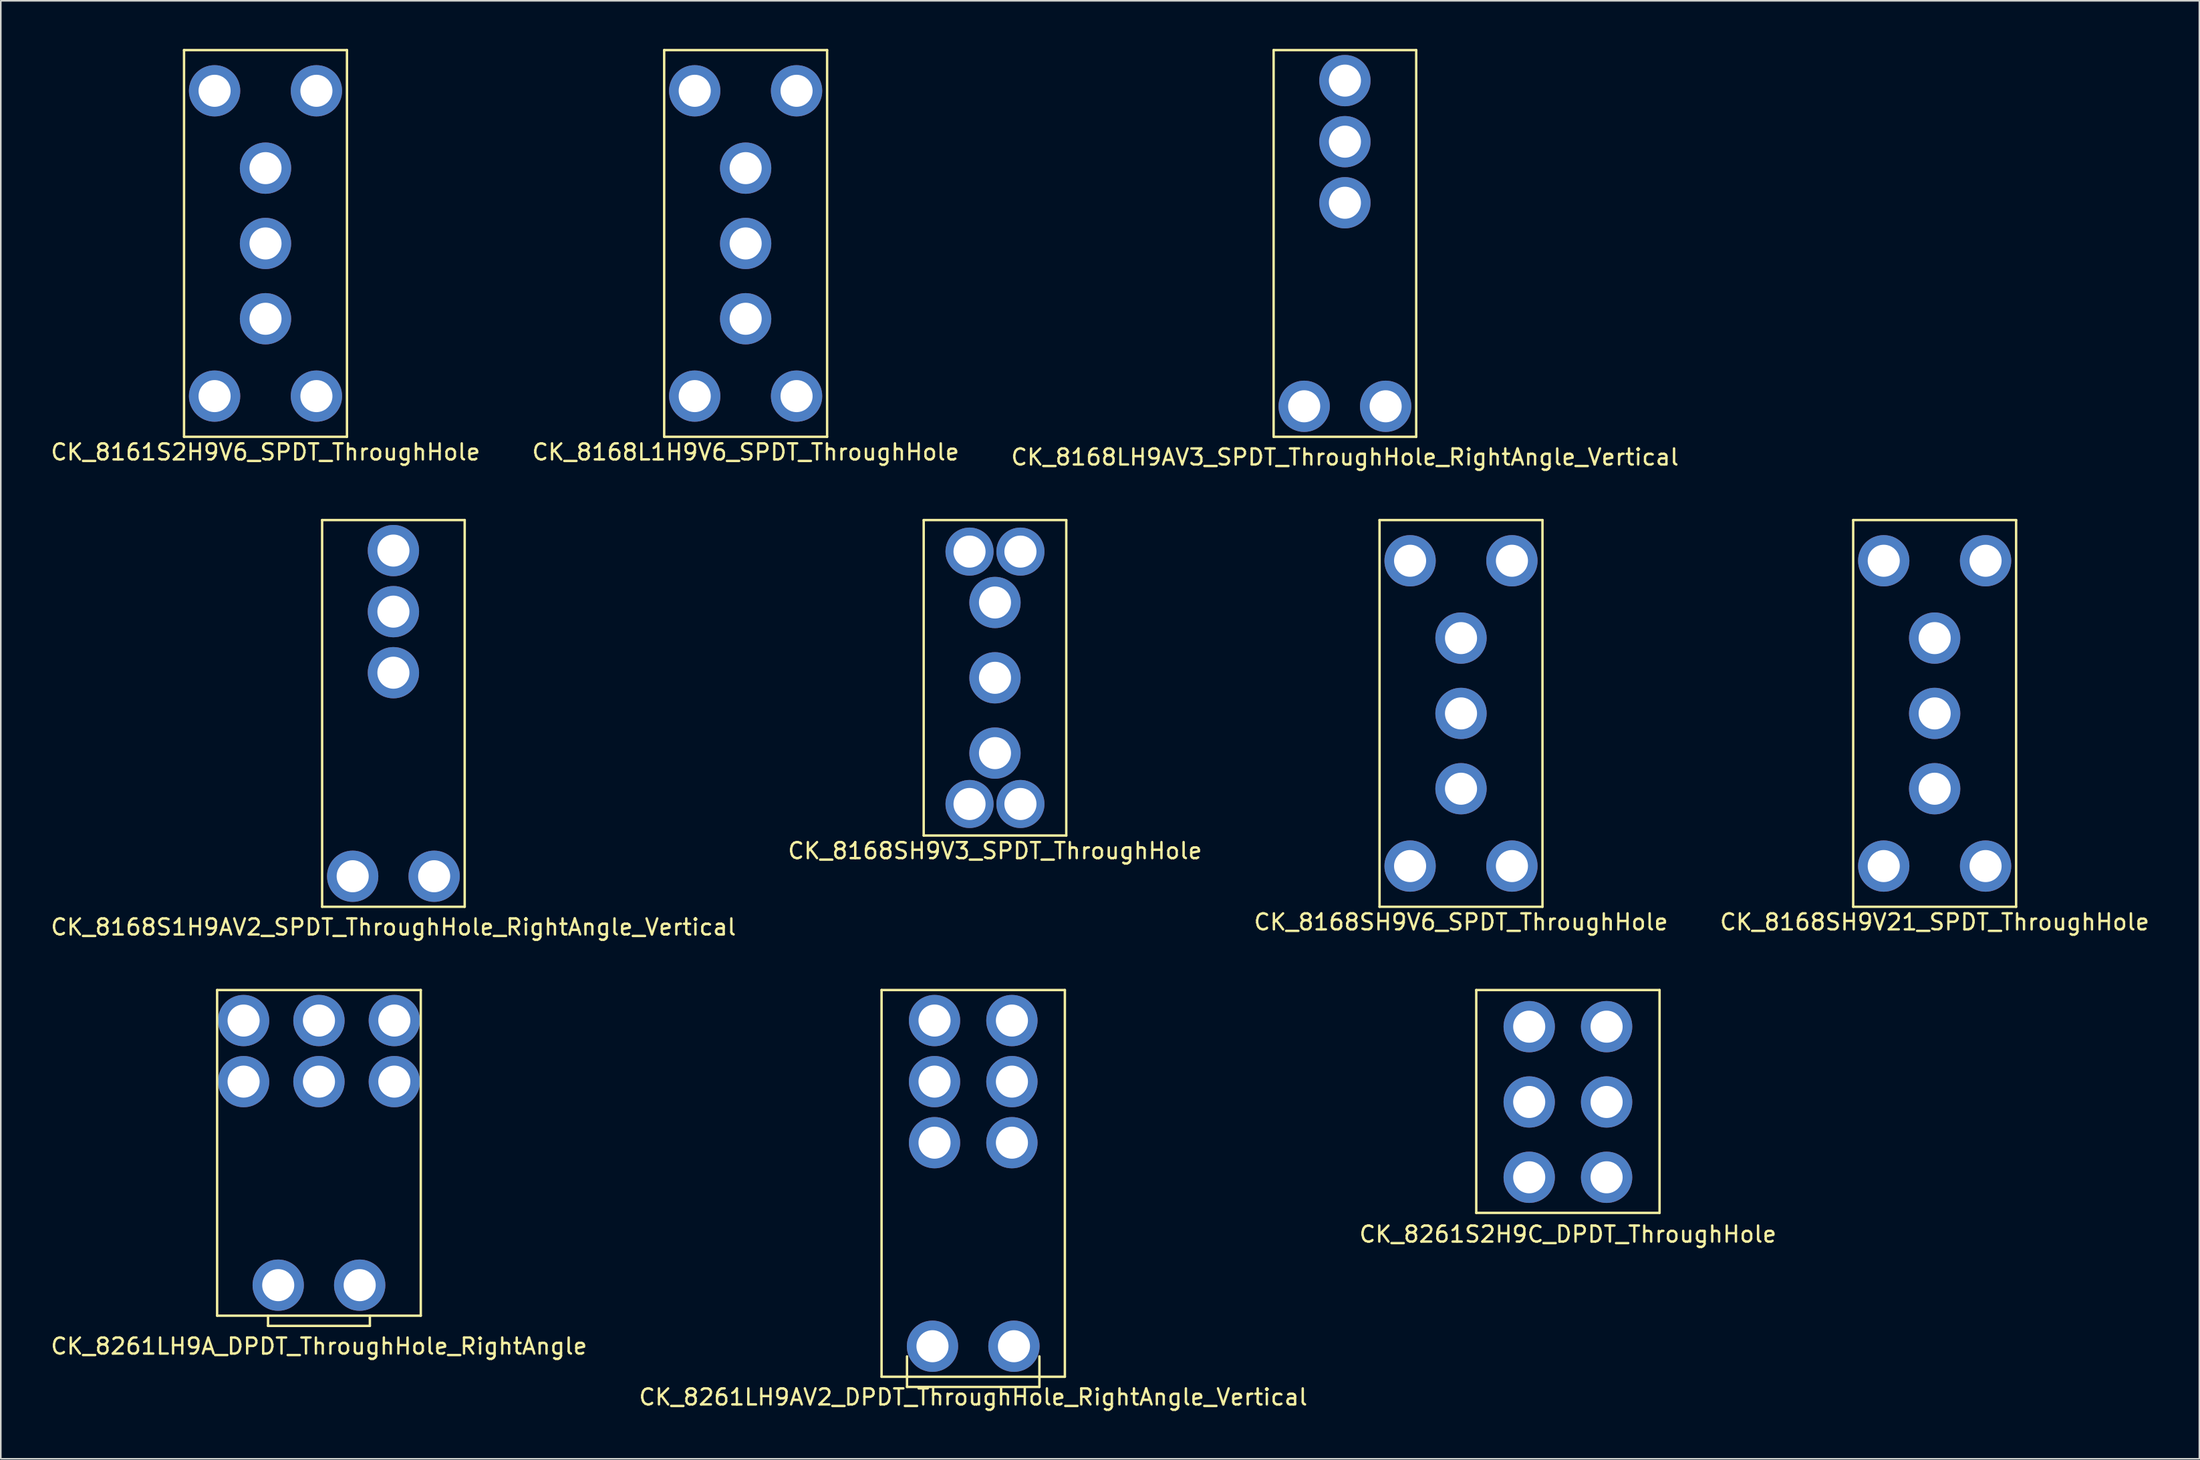
<source format=kicad_pcb>
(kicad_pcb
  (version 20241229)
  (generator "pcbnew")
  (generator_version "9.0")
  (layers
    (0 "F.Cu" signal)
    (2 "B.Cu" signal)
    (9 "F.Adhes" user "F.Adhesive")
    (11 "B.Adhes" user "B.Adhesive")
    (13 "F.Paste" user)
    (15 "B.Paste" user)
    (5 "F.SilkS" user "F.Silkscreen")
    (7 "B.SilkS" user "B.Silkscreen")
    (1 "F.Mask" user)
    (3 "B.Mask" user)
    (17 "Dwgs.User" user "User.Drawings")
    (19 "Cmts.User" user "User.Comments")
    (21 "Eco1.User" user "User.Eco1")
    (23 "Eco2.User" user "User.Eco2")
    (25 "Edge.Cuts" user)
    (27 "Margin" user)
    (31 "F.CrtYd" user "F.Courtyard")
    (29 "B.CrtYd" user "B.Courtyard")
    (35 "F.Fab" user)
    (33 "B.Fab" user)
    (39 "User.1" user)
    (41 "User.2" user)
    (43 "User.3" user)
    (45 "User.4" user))
  (footprint "CK_8168SH9V6_SPDT_ThroughHole"
    (layer "F.Cu")
    (at 88.054 41.463)
    (property "Reference" "CK_8168SH9V6_SPDT_ThroughHole" (at 0 13.018 0) (layer "F.SilkS") (effects (font (size 1 1) (thickness 0.15))))
    (attr through_hole)
    (fp_line (start -5.08 -12.065) (end -5.08 12.065) (stroke (width 0.15) (type solid)) (layer "F.SilkS"))
    (fp_line (start -5.08 -12.065) (end 5.08 -12.065) (stroke (width 0.15) (type solid)) (layer "F.SilkS"))
    (fp_line (start -5.08 12.065) (end 5.08 12.065) (stroke (width 0.15) (type solid)) (layer "F.SilkS"))
    (fp_line (start 5.08 -12.065) (end 5.08 12.065) (stroke (width 0.15) (type solid)) (layer "F.SilkS"))
    (pad "" np_thru_hole circle (at -3.175 -9.525) (size 3.2 3.2) (drill 2) (layers "*.Cu" "*.Mask"))
    (pad "" np_thru_hole circle (at -3.175 9.525) (size 3.2 3.2) (drill 2) (layers "*.Cu" "*.Mask"))
    (pad "" np_thru_hole circle (at 3.175 -9.525) (size 3.2 3.2) (drill 2) (layers "*.Cu" "*.Mask"))
    (pad "" np_thru_hole circle (at 3.175 9.525) (size 3.2 3.2) (drill 2) (layers "*.Cu" "*.Mask"))
    (pad "1" thru_hole circle (at 0 4.699) (size 3.2 3.2) (drill 2) (layers "*.Cu" "*.Mask"))
    (pad "2" thru_hole circle (at 0 0) (size 3.2 3.2) (drill 2) (layers "*.Cu" "*.Mask"))
    (pad "3" thru_hole circle (at 0 -4.699) (size 3.2 3.2) (drill 2) (layers "*.Cu" "*.Mask")))
  (footprint "CK_8261S2H9C_DPDT_ThroughHole"
    (layer "F.Cu")
    (at 94.72 65.707)
    (property "Reference" "CK_8261S2H9C_DPDT_ThroughHole" (at 0 8.255 0) (layer "F.SilkS") (effects (font (size 1 1) (thickness 0.15))))
    (attr through_hole)
    (fp_line (start -5.715 -6.985) (end -5.715 6.921) (stroke (width 0.15) (type solid)) (layer "F.SilkS"))
    (fp_line (start -5.715 -6.985) (end 5.715 -6.985) (stroke (width 0.15) (type solid)) (layer "F.SilkS"))
    (fp_line (start -5.715 6.921) (end 5.715 6.921) (stroke (width 0.15) (type solid)) (layer "F.SilkS"))
    (fp_line (start 5.715 -6.985) (end 5.715 6.921) (stroke (width 0.15) (type solid)) (layer "F.SilkS"))
    (pad "1" thru_hole circle (at 2.413 4.699) (size 3.2 3.2) (drill 2) (layers "*.Cu" "*.Mask"))
    (pad "2" thru_hole circle (at 2.413 0) (size 3.2 3.2) (drill 2) (layers "*.Cu" "*.Mask"))
    (pad "3" thru_hole circle (at 2.413 -4.699) (size 3.2 3.2) (drill 2) (layers "*.Cu" "*.Mask"))
    (pad "4" thru_hole circle (at -2.413 -4.699) (size 3.2 3.2) (drill 2) (layers "*.Cu" "*.Mask"))
    (pad "5" thru_hole circle (at -2.413 0) (size 3.2 3.2) (drill 2) (layers "*.Cu" "*.Mask"))
    (pad "6" thru_hole circle (at -2.413 4.699) (size 3.2 3.2) (drill 2) (layers "*.Cu" "*.Mask")))
  (footprint "CK_8168SH9V21_SPDT_ThroughHole"
    (layer "F.Cu")
    (at 117.589 41.463)
    (property "Reference" "CK_8168SH9V21_SPDT_ThroughHole" (at 0 13.018 0) (layer "F.SilkS") (effects (font (size 1 1) (thickness 0.15))))
    (attr through_hole)
    (fp_line (start -5.08 -12.065) (end -5.08 12.065) (stroke (width 0.15) (type solid)) (layer "F.SilkS"))
    (fp_line (start -5.08 -12.065) (end 5.08 -12.065) (stroke (width 0.15) (type solid)) (layer "F.SilkS"))
    (fp_line (start -5.08 12.065) (end 5.08 12.065) (stroke (width 0.15) (type solid)) (layer "F.SilkS"))
    (fp_line (start 5.08 -12.065) (end 5.08 12.065) (stroke (width 0.15) (type solid)) (layer "F.SilkS"))
    (pad "" np_thru_hole circle (at -3.175 -9.525) (size 3.2 3.2) (drill 2) (layers "*.Cu" "*.Mask"))
    (pad "" np_thru_hole circle (at -3.175 9.525) (size 3.2 3.2) (drill 2) (layers "*.Cu" "*.Mask"))
    (pad "" np_thru_hole circle (at 3.175 -9.525) (size 3.2 3.2) (drill 2) (layers "*.Cu" "*.Mask"))
    (pad "" np_thru_hole circle (at 3.175 9.525) (size 3.2 3.2) (drill 2) (layers "*.Cu" "*.Mask"))
    (pad "1" thru_hole circle (at 0 4.699) (size 3.2 3.2) (drill 2) (layers "*.Cu" "*.Mask"))
    (pad "2" thru_hole circle (at 0 0) (size 3.2 3.2) (drill 2) (layers "*.Cu" "*.Mask"))
    (pad "3" thru_hole circle (at 0 -4.699) (size 3.2 3.2) (drill 2) (layers "*.Cu" "*.Mask")))
  (footprint "CK_8261LH9A_DPDT_ThroughHole_RightAngle"
    (layer "F.Cu")
    (at 16.839 60.627)
    (property "Reference" "CK_8261LH9A_DPDT_ThroughHole_RightAngle" (at 0 20.32 0) (layer "F.SilkS") (effects (font (size 1 1) (thickness 0.15))))
    (attr through_hole)
    (fp_line (start -6.35 -1.905) (end -6.35 18.415) (stroke (width 0.15) (type solid)) (layer "F.SilkS"))
    (fp_line (start -6.35 -1.905) (end 6.35 -1.905) (stroke (width 0.15) (type solid)) (layer "F.SilkS"))
    (fp_line (start -6.35 18.415) (end 6.35 18.415) (stroke (width 0.15) (type solid)) (layer "F.SilkS"))
    (fp_line (start -3.175 18.415) (end -3.175 19.05) (stroke (width 0.15) (type solid)) (layer "F.SilkS"))
    (fp_line (start -3.175 19.05) (end 3.175 19.05) (stroke (width 0.15) (type solid)) (layer "F.SilkS"))
    (fp_line (start 3.175 19.05) (end 3.175 18.415) (stroke (width 0.15) (type solid)) (layer "F.SilkS"))
    (fp_line (start 6.35 -1.905) (end 6.35 18.415) (stroke (width 0.15) (type solid)) (layer "F.SilkS"))
    (pad "" np_thru_hole circle (at -2.54 16.51) (size 3.2 3.2) (drill 2) (layers "*.Cu" "*.Mask"))
    (pad "" np_thru_hole circle (at 2.54 16.51) (size 3.2 3.2) (drill 2) (layers "*.Cu" "*.Mask"))
    (pad "1" thru_hole circle (at 4.699 3.81) (size 3.2 3.2) (drill 2) (layers "*.Cu" "*.Mask"))
    (pad "2" thru_hole circle (at 0 3.81) (size 3.2 3.2) (drill 2) (layers "*.Cu" "*.Mask"))
    (pad "3" thru_hole circle (at -4.699 3.81) (size 3.2 3.2) (drill 2) (layers "*.Cu" "*.Mask"))
    (pad "4" thru_hole circle (at 4.699 0) (size 3.2 3.2) (drill 2) (layers "*.Cu" "*.Mask"))
    (pad "5" thru_hole circle (at 0 0) (size 3.2 3.2) (drill 2) (layers "*.Cu" "*.Mask"))
    (pad "6" thru_hole circle (at -4.699 0) (size 3.2 3.2) (drill 2) (layers "*.Cu" "*.Mask")))
  (footprint "CK_8168L1H9V6_SPDT_ThroughHole"
    (layer "F.Cu")
    (at 43.446 12.14)
    (property "Reference" "CK_8168L1H9V6_SPDT_ThroughHole" (at 0 13.018 0) (layer "F.SilkS") (effects (font (size 1 1) (thickness 0.15))))
    (attr through_hole)
    (fp_line (start -5.08 -12.065) (end -5.08 12.065) (stroke (width 0.15) (type solid)) (layer "F.SilkS"))
    (fp_line (start -5.08 -12.065) (end 5.08 -12.065) (stroke (width 0.15) (type solid)) (layer "F.SilkS"))
    (fp_line (start -5.08 12.065) (end 5.08 12.065) (stroke (width 0.15) (type solid)) (layer "F.SilkS"))
    (fp_line (start 5.08 -12.065) (end 5.08 12.065) (stroke (width 0.15) (type solid)) (layer "F.SilkS"))
    (pad "" np_thru_hole circle (at -3.175 -9.525) (size 3.2 3.2) (drill 2) (layers "*.Cu" "*.Mask"))
    (pad "" np_thru_hole circle (at -3.175 9.525) (size 3.2 3.2) (drill 2) (layers "*.Cu" "*.Mask"))
    (pad "" np_thru_hole circle (at 3.175 -9.525) (size 3.2 3.2) (drill 2) (layers "*.Cu" "*.Mask"))
    (pad "" np_thru_hole circle (at 3.175 9.525) (size 3.2 3.2) (drill 2) (layers "*.Cu" "*.Mask"))
    (pad "1" thru_hole circle (at 0 4.699) (size 3.2 3.2) (drill 2) (layers "*.Cu" "*.Mask"))
    (pad "2" thru_hole circle (at 0 0) (size 3.2 3.2) (drill 2) (layers "*.Cu" "*.Mask"))
    (pad "3" thru_hole circle (at 0 -4.699) (size 3.2 3.2) (drill 2) (layers "*.Cu" "*.Mask")))
  (footprint "CK_8168S1H9AV2_SPDT_ThroughHole_RightAngle_Vertical"
    (layer "F.Cu")
    (at 21.482 31.303)
    (property "Reference" "CK_8168S1H9AV2_SPDT_ThroughHole_RightAngle_Vertical" (at 0 23.495 0) (layer "F.SilkS") (effects (font (size 1 1) (thickness 0.15))))
    (attr through_hole)
    (fp_line (start -4.445 -1.905) (end -4.445 22.225) (stroke (width 0.15) (type solid)) (layer "F.SilkS"))
    (fp_line (start -4.445 -1.905) (end 4.445 -1.905) (stroke (width 0.15) (type solid)) (layer "F.SilkS"))
    (fp_line (start -4.445 22.225) (end 4.445 22.225) (stroke (width 0.15) (type solid)) (layer "F.SilkS"))
    (fp_line (start 4.445 22.225) (end 4.445 -1.905) (stroke (width 0.15) (type solid)) (layer "F.SilkS"))
    (pad "" np_thru_hole circle (at -2.54 20.32) (size 3.2 3.2) (drill 2) (layers "*.Cu" "*.Mask"))
    (pad "" np_thru_hole circle (at 2.54 20.32) (size 3.2 3.2) (drill 2) (layers "*.Cu" "*.Mask"))
    (pad "1" thru_hole circle (at 0 7.62) (size 3.2 3.2) (drill 2) (layers "*.Cu" "*.Mask"))
    (pad "2" thru_hole circle (at 0 3.81) (size 3.2 3.2) (drill 2) (layers "*.Cu" "*.Mask"))
    (pad "3" thru_hole circle (at 0 0) (size 3.2 3.2) (drill 2) (layers "*.Cu" "*.Mask")))
  (footprint "CK_8161S2H9V6_SPDT_ThroughHole"
    (layer "F.Cu")
    (at 13.506 12.14)
    (property "Reference" "CK_8161S2H9V6_SPDT_ThroughHole" (at 0 13.018 0) (layer "F.SilkS") (effects (font (size 1 1) (thickness 0.15))))
    (attr through_hole)
    (fp_line (start -5.08 -12.065) (end -5.08 12.065) (stroke (width 0.15) (type solid)) (layer "F.SilkS"))
    (fp_line (start -5.08 -12.065) (end 5.08 -12.065) (stroke (width 0.15) (type solid)) (layer "F.SilkS"))
    (fp_line (start -5.08 12.065) (end 5.08 12.065) (stroke (width 0.15) (type solid)) (layer "F.SilkS"))
    (fp_line (start 5.08 -12.065) (end 5.08 12.065) (stroke (width 0.15) (type solid)) (layer "F.SilkS"))
    (pad "" np_thru_hole circle (at -3.175 -9.525) (size 3.2 3.2) (drill 2) (layers "*.Cu" "*.Mask"))
    (pad "" np_thru_hole circle (at -3.175 9.525) (size 3.2 3.2) (drill 2) (layers "*.Cu" "*.Mask"))
    (pad "" np_thru_hole circle (at 3.175 -9.525) (size 3.2 3.2) (drill 2) (layers "*.Cu" "*.Mask"))
    (pad "" np_thru_hole circle (at 3.175 9.525) (size 3.2 3.2) (drill 2) (layers "*.Cu" "*.Mask"))
    (pad "1" thru_hole circle (at 0 4.699) (size 3.2 3.2) (drill 2) (layers "*.Cu" "*.Mask"))
    (pad "2" thru_hole circle (at 0 0) (size 3.2 3.2) (drill 2) (layers "*.Cu" "*.Mask"))
    (pad "3" thru_hole circle (at 0 -4.699) (size 3.2 3.2) (drill 2) (layers "*.Cu" "*.Mask")))
  (footprint "CK_8168LH9AV3_SPDT_ThroughHole_RightAngle_Vertical"
    (layer "F.Cu")
    (at 80.815 1.98)
    (property "Reference" "CK_8168LH9AV3_SPDT_ThroughHole_RightAngle_Vertical" (at 0 23.495 0) (layer "F.SilkS") (effects (font (size 1 1) (thickness 0.15))))
    (attr through_hole)
    (fp_line (start -4.445 -1.905) (end -4.445 22.225) (stroke (width 0.15) (type solid)) (layer "F.SilkS"))
    (fp_line (start -4.445 -1.905) (end 4.445 -1.905) (stroke (width 0.15) (type solid)) (layer "F.SilkS"))
    (fp_line (start -4.445 22.225) (end 4.445 22.225) (stroke (width 0.15) (type solid)) (layer "F.SilkS"))
    (fp_line (start 4.445 22.225) (end 4.445 -1.905) (stroke (width 0.15) (type solid)) (layer "F.SilkS"))
    (pad "" np_thru_hole circle (at -2.54 20.32) (size 3.2 3.2) (drill 2) (layers "*.Cu" "*.Mask"))
    (pad "" np_thru_hole circle (at 2.54 20.32) (size 3.2 3.2) (drill 2) (layers "*.Cu" "*.Mask"))
    (pad "1" thru_hole circle (at 0 7.62) (size 3.2 3.2) (drill 2) (layers "*.Cu" "*.Mask"))
    (pad "2" thru_hole circle (at 0 3.81) (size 3.2 3.2) (drill 2) (layers "*.Cu" "*.Mask"))
    (pad "3" thru_hole circle (at 0 0) (size 3.2 3.2) (drill 2) (layers "*.Cu" "*.Mask")))
  (footprint "CK_8168SH9V3_SPDT_ThroughHole"
    (layer "F.Cu")
    (at 58.994 39.241)
    (property "Reference" "CK_8168SH9V3_SPDT_ThroughHole" (at 0 10.795 0) (layer "F.SilkS") (effects (font (size 1 1) (thickness 0.15))))
    (attr through_hole)
    (fp_line (start -4.445 -9.842) (end -4.445 9.842) (stroke (width 0.15) (type solid)) (layer "F.SilkS"))
    (fp_line (start -4.445 -9.842) (end 4.445 -9.842) (stroke (width 0.15) (type solid)) (layer "F.SilkS"))
    (fp_line (start -4.445 9.842) (end 4.445 9.842) (stroke (width 0.15) (type solid)) (layer "F.SilkS"))
    (fp_line (start 4.445 -9.842) (end 4.445 9.842) (stroke (width 0.15) (type solid)) (layer "F.SilkS"))
    (pad "" np_thru_hole circle (at -1.587 -7.874) (size 3 3) (drill 2) (layers "*.Cu" "*.Mask"))
    (pad "" np_thru_hole circle (at -1.587 7.874) (size 3 3) (drill 2) (layers "*.Cu" "*.Mask"))
    (pad "" np_thru_hole circle (at 1.587 -7.874) (size 3 3) (drill 2) (layers "*.Cu" "*.Mask"))
    (pad "" np_thru_hole circle (at 1.587 7.874) (size 3 3) (drill 2) (layers "*.Cu" "*.Mask"))
    (pad "1" thru_hole circle (at 0 4.699) (size 3.2 3.2) (drill 2) (layers "*.Cu" "*.Mask"))
    (pad "2" thru_hole circle (at 0 0) (size 3.2 3.2) (drill 2) (layers "*.Cu" "*.Mask"))
    (pad "3" thru_hole circle (at 0 -4.699) (size 3.2 3.2) (drill 2) (layers "*.Cu" "*.Mask")))
  (footprint "CK_8261LH9AV2_DPDT_ThroughHole_RightAngle_Vertical"
    (layer "F.Cu")
    (at 57.637 60.627)
    (property "Reference" "CK_8261LH9AV2_DPDT_ThroughHole_RightAngle_Vertical" (at 0 23.495 0) (layer "F.SilkS") (effects (font (size 1 1) (thickness 0.15))))
    (attr through_hole)
    (fp_line (start -5.715 -1.905) (end -5.715 22.225) (stroke (width 0.15) (type solid)) (layer "F.SilkS"))
    (fp_line (start -5.715 -1.905) (end 5.715 -1.905) (stroke (width 0.15) (type solid)) (layer "F.SilkS"))
    (fp_line (start -5.715 22.225) (end 5.715 22.225) (stroke (width 0.15) (type solid)) (layer "F.SilkS"))
    (fp_line (start -4.128 22.225) (end -4.128 20.955) (stroke (width 0.15) (type solid)) (layer "F.SilkS"))
    (fp_line (start -4.128 22.225) (end -4.128 22.86) (stroke (width 0.15) (type solid)) (layer "F.SilkS"))
    (fp_line (start -4.128 22.86) (end 4.128 22.86) (stroke (width 0.15) (type solid)) (layer "F.SilkS"))
    (fp_line (start 4.128 22.225) (end 4.128 20.955) (stroke (width 0.15) (type solid)) (layer "F.SilkS"))
    (fp_line (start 4.128 22.86) (end 4.128 22.225) (stroke (width 0.15) (type solid)) (layer "F.SilkS"))
    (fp_line (start 5.715 22.225) (end 5.715 -1.905) (stroke (width 0.15) (type solid)) (layer "F.SilkS"))
    (pad "" np_thru_hole circle (at -2.54 20.32) (size 3.2 3.2) (drill 2) (layers "*.Cu" "*.Mask"))
    (pad "" np_thru_hole circle (at 2.54 20.32) (size 3.2 3.2) (drill 2) (layers "*.Cu" "*.Mask"))
    (pad "1" thru_hole circle (at -2.413 7.62) (size 3.2 3.2) (drill 2) (layers "*.Cu" "*.Mask"))
    (pad "2" thru_hole circle (at -2.413 3.81) (size 3.2 3.2) (drill 2) (layers "*.Cu" "*.Mask"))
    (pad "3" thru_hole circle (at -2.413 0) (size 3.2 3.2) (drill 2) (layers "*.Cu" "*.Mask"))
    (pad "4" thru_hole circle (at 2.413 7.62) (size 3.2 3.2) (drill 2) (layers "*.Cu" "*.Mask"))
    (pad "5" thru_hole circle (at 2.413 3.81) (size 3.2 3.2) (drill 2) (layers "*.Cu" "*.Mask"))
    (pad "6" thru_hole circle (at 2.413 0) (size 3.2 3.2) (drill 2) (layers "*.Cu" "*.Mask")))
  (gr_rect
    (start -3 -3)
    (end 134.095 87.97)
    (stroke (width 0.1) (type default))
    (fill no)
    (layer "Edge.Cuts")))
</source>
